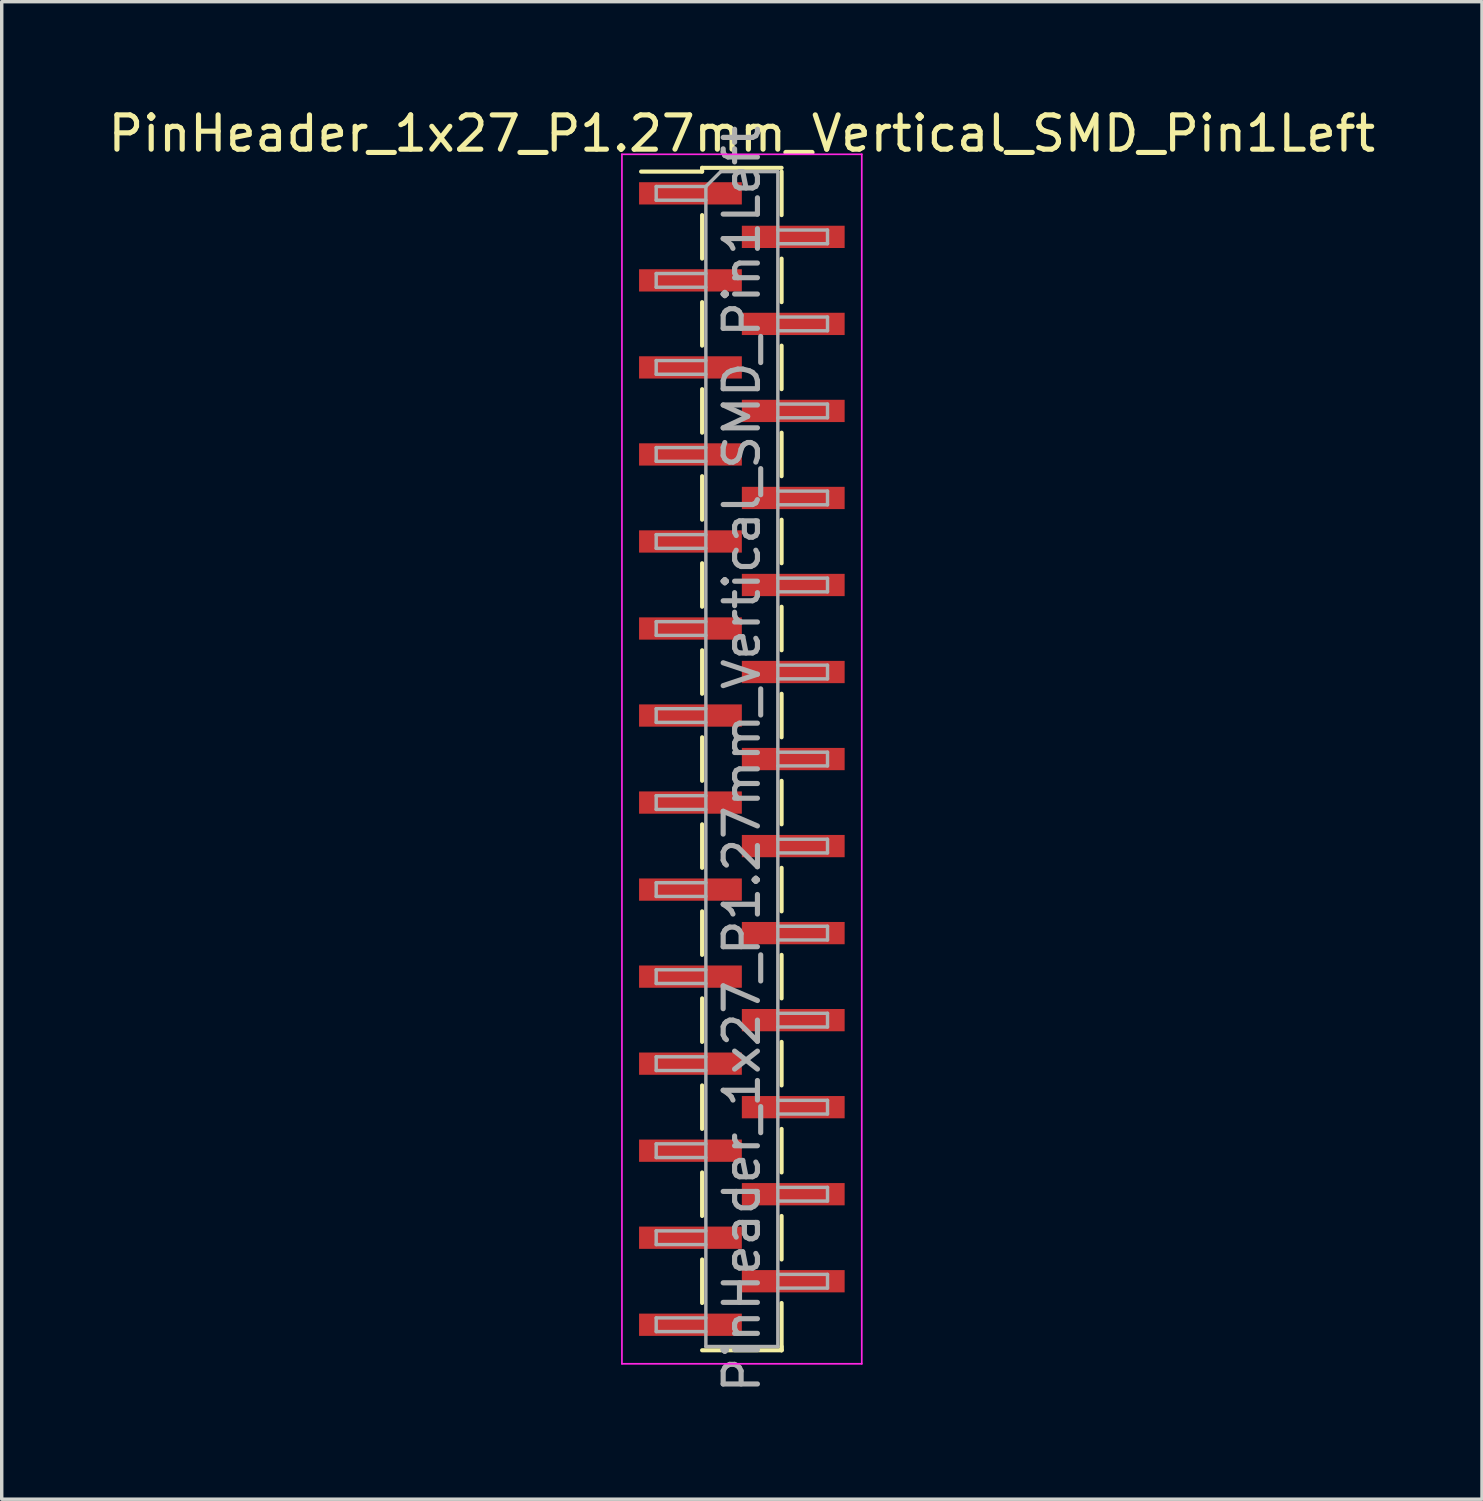
<source format=kicad_pcb>
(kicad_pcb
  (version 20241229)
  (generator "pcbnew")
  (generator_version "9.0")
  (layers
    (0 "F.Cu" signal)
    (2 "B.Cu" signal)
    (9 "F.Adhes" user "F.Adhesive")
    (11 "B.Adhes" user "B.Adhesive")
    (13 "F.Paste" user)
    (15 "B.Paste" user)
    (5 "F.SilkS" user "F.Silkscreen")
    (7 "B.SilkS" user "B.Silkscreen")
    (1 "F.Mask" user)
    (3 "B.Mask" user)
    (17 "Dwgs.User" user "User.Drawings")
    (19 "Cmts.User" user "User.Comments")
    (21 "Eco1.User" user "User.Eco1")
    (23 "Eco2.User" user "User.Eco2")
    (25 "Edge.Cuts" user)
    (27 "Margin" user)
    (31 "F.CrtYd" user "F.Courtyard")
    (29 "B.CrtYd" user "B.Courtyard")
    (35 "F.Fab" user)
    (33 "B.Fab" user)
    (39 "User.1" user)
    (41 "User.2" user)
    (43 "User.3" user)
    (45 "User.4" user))
  (footprint "PinHeader_1x27_P1.27mm_Vertical_SMD_Pin1Left"
    (layer "F.Cu")
    (at 18.601 19.103)
    (property "Reference" "PinHeader_1x27_P1.27mm_Vertical_SMD_Pin1Left" (at 0 -18.255 0) (layer "F.SilkS") (effects (font (size 1 1) (thickness 0.15))))
    (attr smd)
    (fp_line (start -1.16 -17.255) (end -1.16 -17.145) (stroke (width 0.12) (type solid)) (layer "F.SilkS"))
    (fp_line (start -1.16 -17.255) (end 1.16 -17.255) (stroke (width 0.12) (type solid)) (layer "F.SilkS"))
    (fp_line (start -1.16 -17.145) (end -2.94 -17.145) (stroke (width 0.12) (type solid)) (layer "F.SilkS"))
    (fp_line (start -1.16 -15.875) (end -1.16 -14.605) (stroke (width 0.12) (type solid)) (layer "F.SilkS"))
    (fp_line (start -1.16 -13.335) (end -1.16 -12.065) (stroke (width 0.12) (type solid)) (layer "F.SilkS"))
    (fp_line (start -1.16 -10.795) (end -1.16 -9.525) (stroke (width 0.12) (type solid)) (layer "F.SilkS"))
    (fp_line (start -1.16 -8.255) (end -1.16 -6.985) (stroke (width 0.12) (type solid)) (layer "F.SilkS"))
    (fp_line (start -1.16 -5.715) (end -1.16 -4.445) (stroke (width 0.12) (type solid)) (layer "F.SilkS"))
    (fp_line (start -1.16 -3.175) (end -1.16 -1.905) (stroke (width 0.12) (type solid)) (layer "F.SilkS"))
    (fp_line (start -1.16 -0.635) (end -1.16 0.635) (stroke (width 0.12) (type solid)) (layer "F.SilkS"))
    (fp_line (start -1.16 1.905) (end -1.16 3.175) (stroke (width 0.12) (type solid)) (layer "F.SilkS"))
    (fp_line (start -1.16 4.445) (end -1.16 5.715) (stroke (width 0.12) (type solid)) (layer "F.SilkS"))
    (fp_line (start -1.16 6.985) (end -1.16 8.255) (stroke (width 0.12) (type solid)) (layer "F.SilkS"))
    (fp_line (start -1.16 9.525) (end -1.16 10.795) (stroke (width 0.12) (type solid)) (layer "F.SilkS"))
    (fp_line (start -1.16 12.065) (end -1.16 13.335) (stroke (width 0.12) (type solid)) (layer "F.SilkS"))
    (fp_line (start -1.16 14.605) (end -1.16 15.875) (stroke (width 0.12) (type solid)) (layer "F.SilkS"))
    (fp_line (start -1.16 17.255) (end 1.16 17.255) (stroke (width 0.12) (type solid)) (layer "F.SilkS"))
    (fp_line (start 1.16 -17.145) (end 1.16 -15.875) (stroke (width 0.12) (type solid)) (layer "F.SilkS"))
    (fp_line (start 1.16 -14.605) (end 1.16 -13.335) (stroke (width 0.12) (type solid)) (layer "F.SilkS"))
    (fp_line (start 1.16 -12.065) (end 1.16 -10.795) (stroke (width 0.12) (type solid)) (layer "F.SilkS"))
    (fp_line (start 1.16 -9.525) (end 1.16 -8.255) (stroke (width 0.12) (type solid)) (layer "F.SilkS"))
    (fp_line (start 1.16 -6.985) (end 1.16 -5.715) (stroke (width 0.12) (type solid)) (layer "F.SilkS"))
    (fp_line (start 1.16 -4.445) (end 1.16 -3.175) (stroke (width 0.12) (type solid)) (layer "F.SilkS"))
    (fp_line (start 1.16 -1.905) (end 1.16 -0.635) (stroke (width 0.12) (type solid)) (layer "F.SilkS"))
    (fp_line (start 1.16 0.635) (end 1.16 1.905) (stroke (width 0.12) (type solid)) (layer "F.SilkS"))
    (fp_line (start 1.16 3.175) (end 1.16 4.445) (stroke (width 0.12) (type solid)) (layer "F.SilkS"))
    (fp_line (start 1.16 5.715) (end 1.16 6.985) (stroke (width 0.12) (type solid)) (layer "F.SilkS"))
    (fp_line (start 1.16 8.255) (end 1.16 9.525) (stroke (width 0.12) (type solid)) (layer "F.SilkS"))
    (fp_line (start 1.16 10.795) (end 1.16 12.065) (stroke (width 0.12) (type solid)) (layer "F.SilkS"))
    (fp_line (start 1.16 13.335) (end 1.16 14.605) (stroke (width 0.12) (type solid)) (layer "F.SilkS"))
    (fp_line (start 1.16 15.875) (end 1.16 17.255) (stroke (width 0.12) (type solid)) (layer "F.SilkS"))
    (fp_line (start 1.16 17.145) (end 1.16 17.255) (stroke (width 0.12) (type solid)) (layer "F.SilkS"))
    (fp_line (start -3.5 -17.65) (end -3.5 17.65) (stroke (width 0.05) (type solid)) (layer "F.CrtYd"))
    (fp_line (start -3.5 17.65) (end 3.5 17.65) (stroke (width 0.05) (type solid)) (layer "F.CrtYd"))
    (fp_line (start 3.5 -17.65) (end -3.5 -17.65) (stroke (width 0.05) (type solid)) (layer "F.CrtYd"))
    (fp_line (start 3.5 17.65) (end 3.5 -17.65) (stroke (width 0.05) (type solid)) (layer "F.CrtYd"))
    (fp_line (start -2.5 -16.71) (end -2.5 -16.31) (stroke (width 0.1) (type solid)) (layer "F.Fab"))
    (fp_line (start -2.5 -16.31) (end -1.05 -16.31) (stroke (width 0.1) (type solid)) (layer "F.Fab"))
    (fp_line (start -2.5 -14.17) (end -2.5 -13.77) (stroke (width 0.1) (type solid)) (layer "F.Fab"))
    (fp_line (start -2.5 -13.77) (end -1.05 -13.77) (stroke (width 0.1) (type solid)) (layer "F.Fab"))
    (fp_line (start -2.5 -11.63) (end -2.5 -11.23) (stroke (width 0.1) (type solid)) (layer "F.Fab"))
    (fp_line (start -2.5 -11.23) (end -1.05 -11.23) (stroke (width 0.1) (type solid)) (layer "F.Fab"))
    (fp_line (start -2.5 -9.09) (end -2.5 -8.69) (stroke (width 0.1) (type solid)) (layer "F.Fab"))
    (fp_line (start -2.5 -8.69) (end -1.05 -8.69) (stroke (width 0.1) (type solid)) (layer "F.Fab"))
    (fp_line (start -2.5 -6.55) (end -2.5 -6.15) (stroke (width 0.1) (type solid)) (layer "F.Fab"))
    (fp_line (start -2.5 -6.15) (end -1.05 -6.15) (stroke (width 0.1) (type solid)) (layer "F.Fab"))
    (fp_line (start -2.5 -4.01) (end -2.5 -3.61) (stroke (width 0.1) (type solid)) (layer "F.Fab"))
    (fp_line (start -2.5 -3.61) (end -1.05 -3.61) (stroke (width 0.1) (type solid)) (layer "F.Fab"))
    (fp_line (start -2.5 -1.47) (end -2.5 -1.07) (stroke (width 0.1) (type solid)) (layer "F.Fab"))
    (fp_line (start -2.5 -1.07) (end -1.05 -1.07) (stroke (width 0.1) (type solid)) (layer "F.Fab"))
    (fp_line (start -2.5 1.07) (end -2.5 1.47) (stroke (width 0.1) (type solid)) (layer "F.Fab"))
    (fp_line (start -2.5 1.47) (end -1.05 1.47) (stroke (width 0.1) (type solid)) (layer "F.Fab"))
    (fp_line (start -2.5 3.61) (end -2.5 4.01) (stroke (width 0.1) (type solid)) (layer "F.Fab"))
    (fp_line (start -2.5 4.01) (end -1.05 4.01) (stroke (width 0.1) (type solid)) (layer "F.Fab"))
    (fp_line (start -2.5 6.15) (end -2.5 6.55) (stroke (width 0.1) (type solid)) (layer "F.Fab"))
    (fp_line (start -2.5 6.55) (end -1.05 6.55) (stroke (width 0.1) (type solid)) (layer "F.Fab"))
    (fp_line (start -2.5 8.69) (end -2.5 9.09) (stroke (width 0.1) (type solid)) (layer "F.Fab"))
    (fp_line (start -2.5 9.09) (end -1.05 9.09) (stroke (width 0.1) (type solid)) (layer "F.Fab"))
    (fp_line (start -2.5 11.23) (end -2.5 11.63) (stroke (width 0.1) (type solid)) (layer "F.Fab"))
    (fp_line (start -2.5 11.63) (end -1.05 11.63) (stroke (width 0.1) (type solid)) (layer "F.Fab"))
    (fp_line (start -2.5 13.77) (end -2.5 14.17) (stroke (width 0.1) (type solid)) (layer "F.Fab"))
    (fp_line (start -2.5 14.17) (end -1.05 14.17) (stroke (width 0.1) (type solid)) (layer "F.Fab"))
    (fp_line (start -2.5 16.31) (end -2.5 16.71) (stroke (width 0.1) (type solid)) (layer "F.Fab"))
    (fp_line (start -2.5 16.71) (end -1.05 16.71) (stroke (width 0.1) (type solid)) (layer "F.Fab"))
    (fp_line (start -1.05 -16.71) (end -2.5 -16.71) (stroke (width 0.1) (type solid)) (layer "F.Fab"))
    (fp_line (start -1.05 -16.71) (end -0.615 -17.145) (stroke (width 0.1) (type solid)) (layer "F.Fab"))
    (fp_line (start -1.05 -14.17) (end -2.5 -14.17) (stroke (width 0.1) (type solid)) (layer "F.Fab"))
    (fp_line (start -1.05 -11.63) (end -2.5 -11.63) (stroke (width 0.1) (type solid)) (layer "F.Fab"))
    (fp_line (start -1.05 -9.09) (end -2.5 -9.09) (stroke (width 0.1) (type solid)) (layer "F.Fab"))
    (fp_line (start -1.05 -6.55) (end -2.5 -6.55) (stroke (width 0.1) (type solid)) (layer "F.Fab"))
    (fp_line (start -1.05 -4.01) (end -2.5 -4.01) (stroke (width 0.1) (type solid)) (layer "F.Fab"))
    (fp_line (start -1.05 -1.47) (end -2.5 -1.47) (stroke (width 0.1) (type solid)) (layer "F.Fab"))
    (fp_line (start -1.05 1.07) (end -2.5 1.07) (stroke (width 0.1) (type solid)) (layer "F.Fab"))
    (fp_line (start -1.05 3.61) (end -2.5 3.61) (stroke (width 0.1) (type solid)) (layer "F.Fab"))
    (fp_line (start -1.05 6.15) (end -2.5 6.15) (stroke (width 0.1) (type solid)) (layer "F.Fab"))
    (fp_line (start -1.05 8.69) (end -2.5 8.69) (stroke (width 0.1) (type solid)) (layer "F.Fab"))
    (fp_line (start -1.05 11.23) (end -2.5 11.23) (stroke (width 0.1) (type solid)) (layer "F.Fab"))
    (fp_line (start -1.05 13.77) (end -2.5 13.77) (stroke (width 0.1) (type solid)) (layer "F.Fab"))
    (fp_line (start -1.05 16.31) (end -2.5 16.31) (stroke (width 0.1) (type solid)) (layer "F.Fab"))
    (fp_line (start -1.05 17.145) (end -1.05 -16.71) (stroke (width 0.1) (type solid)) (layer "F.Fab"))
    (fp_line (start -0.615 -17.145) (end 1.05 -17.145) (stroke (width 0.1) (type solid)) (layer "F.Fab"))
    (fp_line (start 1.05 -17.145) (end 1.05 17.145) (stroke (width 0.1) (type solid)) (layer "F.Fab"))
    (fp_line (start 1.05 -15.44) (end 2.5 -15.44) (stroke (width 0.1) (type solid)) (layer "F.Fab"))
    (fp_line (start 1.05 -12.9) (end 2.5 -12.9) (stroke (width 0.1) (type solid)) (layer "F.Fab"))
    (fp_line (start 1.05 -10.36) (end 2.5 -10.36) (stroke (width 0.1) (type solid)) (layer "F.Fab"))
    (fp_line (start 1.05 -7.82) (end 2.5 -7.82) (stroke (width 0.1) (type solid)) (layer "F.Fab"))
    (fp_line (start 1.05 -5.28) (end 2.5 -5.28) (stroke (width 0.1) (type solid)) (layer "F.Fab"))
    (fp_line (start 1.05 -2.74) (end 2.5 -2.74) (stroke (width 0.1) (type solid)) (layer "F.Fab"))
    (fp_line (start 1.05 -0.2) (end 2.5 -0.2) (stroke (width 0.1) (type solid)) (layer "F.Fab"))
    (fp_line (start 1.05 2.34) (end 2.5 2.34) (stroke (width 0.1) (type solid)) (layer "F.Fab"))
    (fp_line (start 1.05 4.88) (end 2.5 4.88) (stroke (width 0.1) (type solid)) (layer "F.Fab"))
    (fp_line (start 1.05 7.42) (end 2.5 7.42) (stroke (width 0.1) (type solid)) (layer "F.Fab"))
    (fp_line (start 1.05 9.96) (end 2.5 9.96) (stroke (width 0.1) (type solid)) (layer "F.Fab"))
    (fp_line (start 1.05 12.5) (end 2.5 12.5) (stroke (width 0.1) (type solid)) (layer "F.Fab"))
    (fp_line (start 1.05 15.04) (end 2.5 15.04) (stroke (width 0.1) (type solid)) (layer "F.Fab"))
    (fp_line (start 1.05 17.145) (end -1.05 17.145) (stroke (width 0.1) (type solid)) (layer "F.Fab"))
    (fp_line (start 2.5 -15.44) (end 2.5 -15.04) (stroke (width 0.1) (type solid)) (layer "F.Fab"))
    (fp_line (start 2.5 -15.04) (end 1.05 -15.04) (stroke (width 0.1) (type solid)) (layer "F.Fab"))
    (fp_line (start 2.5 -12.9) (end 2.5 -12.5) (stroke (width 0.1) (type solid)) (layer "F.Fab"))
    (fp_line (start 2.5 -12.5) (end 1.05 -12.5) (stroke (width 0.1) (type solid)) (layer "F.Fab"))
    (fp_line (start 2.5 -10.36) (end 2.5 -9.96) (stroke (width 0.1) (type solid)) (layer "F.Fab"))
    (fp_line (start 2.5 -9.96) (end 1.05 -9.96) (stroke (width 0.1) (type solid)) (layer "F.Fab"))
    (fp_line (start 2.5 -7.82) (end 2.5 -7.42) (stroke (width 0.1) (type solid)) (layer "F.Fab"))
    (fp_line (start 2.5 -7.42) (end 1.05 -7.42) (stroke (width 0.1) (type solid)) (layer "F.Fab"))
    (fp_line (start 2.5 -5.28) (end 2.5 -4.88) (stroke (width 0.1) (type solid)) (layer "F.Fab"))
    (fp_line (start 2.5 -4.88) (end 1.05 -4.88) (stroke (width 0.1) (type solid)) (layer "F.Fab"))
    (fp_line (start 2.5 -2.74) (end 2.5 -2.34) (stroke (width 0.1) (type solid)) (layer "F.Fab"))
    (fp_line (start 2.5 -2.34) (end 1.05 -2.34) (stroke (width 0.1) (type solid)) (layer "F.Fab"))
    (fp_line (start 2.5 -0.2) (end 2.5 0.2) (stroke (width 0.1) (type solid)) (layer "F.Fab"))
    (fp_line (start 2.5 0.2) (end 1.05 0.2) (stroke (width 0.1) (type solid)) (layer "F.Fab"))
    (fp_line (start 2.5 2.34) (end 2.5 2.74) (stroke (width 0.1) (type solid)) (layer "F.Fab"))
    (fp_line (start 2.5 2.74) (end 1.05 2.74) (stroke (width 0.1) (type solid)) (layer "F.Fab"))
    (fp_line (start 2.5 4.88) (end 2.5 5.28) (stroke (width 0.1) (type solid)) (layer "F.Fab"))
    (fp_line (start 2.5 5.28) (end 1.05 5.28) (stroke (width 0.1) (type solid)) (layer "F.Fab"))
    (fp_line (start 2.5 7.42) (end 2.5 7.82) (stroke (width 0.1) (type solid)) (layer "F.Fab"))
    (fp_line (start 2.5 7.82) (end 1.05 7.82) (stroke (width 0.1) (type solid)) (layer "F.Fab"))
    (fp_line (start 2.5 9.96) (end 2.5 10.36) (stroke (width 0.1) (type solid)) (layer "F.Fab"))
    (fp_line (start 2.5 10.36) (end 1.05 10.36) (stroke (width 0.1) (type solid)) (layer "F.Fab"))
    (fp_line (start 2.5 12.5) (end 2.5 12.9) (stroke (width 0.1) (type solid)) (layer "F.Fab"))
    (fp_line (start 2.5 12.9) (end 1.05 12.9) (stroke (width 0.1) (type solid)) (layer "F.Fab"))
    (fp_line (start 2.5 15.04) (end 2.5 15.44) (stroke (width 0.1) (type solid)) (layer "F.Fab"))
    (fp_line (start 2.5 15.44) (end 1.05 15.44) (stroke (width 0.1) (type solid)) (layer "F.Fab"))
    (fp_text user "${REFERENCE}" (at 0 0 90) (layer "F.Fab") (effects (font (size 1 1) (thickness 0.15))))
    (pad "1" smd rect (at -1.5 -16.51) (size 3 0.65) (layers "F.Cu" "F.Mask" "F.Paste"))
    (pad "2" smd rect (at 1.5 -15.24) (size 3 0.65) (layers "F.Cu" "F.Mask" "F.Paste"))
    (pad "3" smd rect (at -1.5 -13.97) (size 3 0.65) (layers "F.Cu" "F.Mask" "F.Paste"))
    (pad "4" smd rect (at 1.5 -12.7) (size 3 0.65) (layers "F.Cu" "F.Mask" "F.Paste"))
    (pad "5" smd rect (at -1.5 -11.43) (size 3 0.65) (layers "F.Cu" "F.Mask" "F.Paste"))
    (pad "6" smd rect (at 1.5 -10.16) (size 3 0.65) (layers "F.Cu" "F.Mask" "F.Paste"))
    (pad "7" smd rect (at -1.5 -8.89) (size 3 0.65) (layers "F.Cu" "F.Mask" "F.Paste"))
    (pad "8" smd rect (at 1.5 -7.62) (size 3 0.65) (layers "F.Cu" "F.Mask" "F.Paste"))
    (pad "9" smd rect (at -1.5 -6.35) (size 3 0.65) (layers "F.Cu" "F.Mask" "F.Paste"))
    (pad "10" smd rect (at 1.5 -5.08) (size 3 0.65) (layers "F.Cu" "F.Mask" "F.Paste"))
    (pad "11" smd rect (at -1.5 -3.81) (size 3 0.65) (layers "F.Cu" "F.Mask" "F.Paste"))
    (pad "12" smd rect (at 1.5 -2.54) (size 3 0.65) (layers "F.Cu" "F.Mask" "F.Paste"))
    (pad "13" smd rect (at -1.5 -1.27) (size 3 0.65) (layers "F.Cu" "F.Mask" "F.Paste"))
    (pad "14" smd rect (at 1.5 0) (size 3 0.65) (layers "F.Cu" "F.Mask" "F.Paste"))
    (pad "15" smd rect (at -1.5 1.27) (size 3 0.65) (layers "F.Cu" "F.Mask" "F.Paste"))
    (pad "16" smd rect (at 1.5 2.54) (size 3 0.65) (layers "F.Cu" "F.Mask" "F.Paste"))
    (pad "17" smd rect (at -1.5 3.81) (size 3 0.65) (layers "F.Cu" "F.Mask" "F.Paste"))
    (pad "18" smd rect (at 1.5 5.08) (size 3 0.65) (layers "F.Cu" "F.Mask" "F.Paste"))
    (pad "19" smd rect (at -1.5 6.35) (size 3 0.65) (layers "F.Cu" "F.Mask" "F.Paste"))
    (pad "20" smd rect (at 1.5 7.62) (size 3 0.65) (layers "F.Cu" "F.Mask" "F.Paste"))
    (pad "21" smd rect (at -1.5 8.89) (size 3 0.65) (layers "F.Cu" "F.Mask" "F.Paste"))
    (pad "22" smd rect (at 1.5 10.16) (size 3 0.65) (layers "F.Cu" "F.Mask" "F.Paste"))
    (pad "23" smd rect (at -1.5 11.43) (size 3 0.65) (layers "F.Cu" "F.Mask" "F.Paste"))
    (pad "24" smd rect (at 1.5 12.7) (size 3 0.65) (layers "F.Cu" "F.Mask" "F.Paste"))
    (pad "25" smd rect (at -1.5 13.97) (size 3 0.65) (layers "F.Cu" "F.Mask" "F.Paste"))
    (pad "26" smd rect (at 1.5 15.24) (size 3 0.65) (layers "F.Cu" "F.Mask" "F.Paste"))
    (pad "27" smd rect (at -1.5 16.51) (size 3 0.65) (layers "F.Cu" "F.Mask" "F.Paste")))
  (gr_rect
    (start -3 -3)
    (end 40.202 40.704)
    (stroke (width 0.1) (type default))
    (fill no)
    (layer "Edge.Cuts")))
</source>
